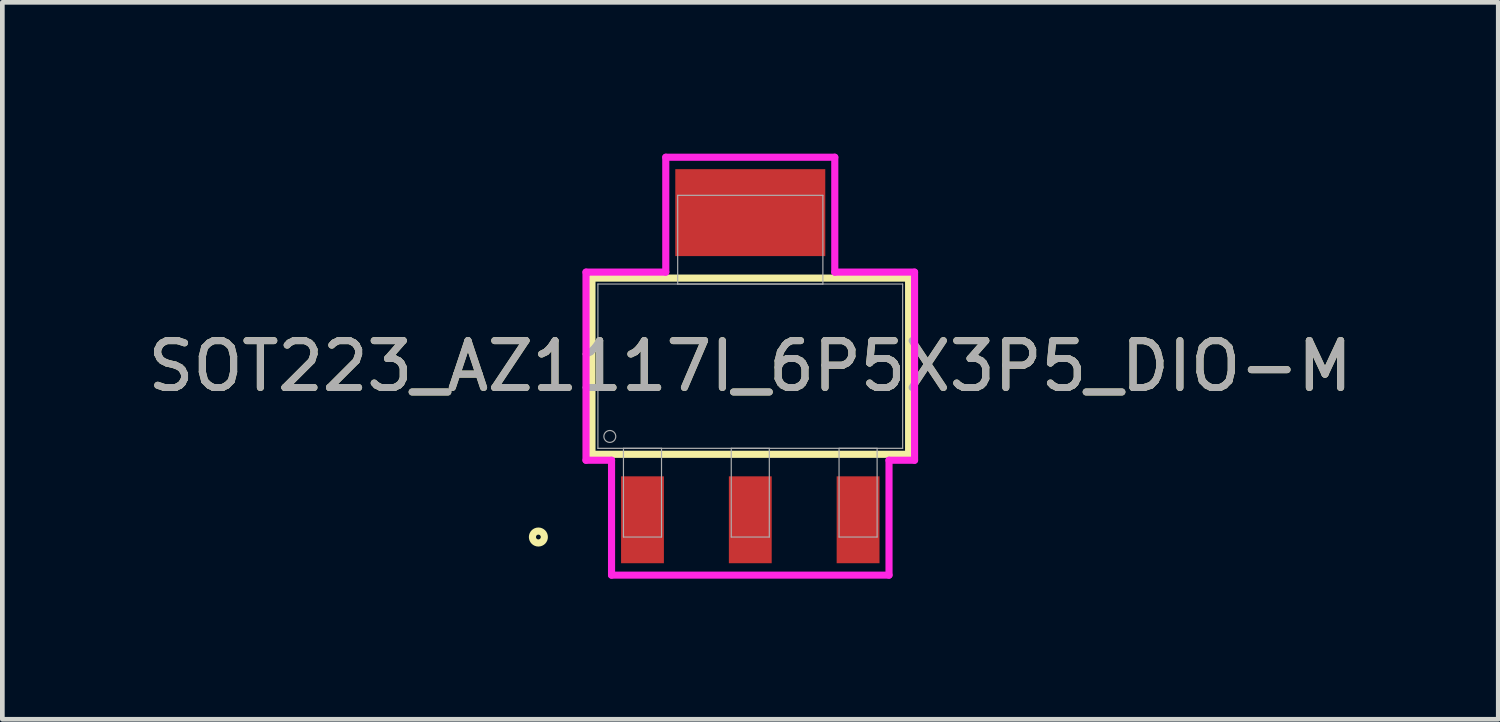
<source format=kicad_pcb>
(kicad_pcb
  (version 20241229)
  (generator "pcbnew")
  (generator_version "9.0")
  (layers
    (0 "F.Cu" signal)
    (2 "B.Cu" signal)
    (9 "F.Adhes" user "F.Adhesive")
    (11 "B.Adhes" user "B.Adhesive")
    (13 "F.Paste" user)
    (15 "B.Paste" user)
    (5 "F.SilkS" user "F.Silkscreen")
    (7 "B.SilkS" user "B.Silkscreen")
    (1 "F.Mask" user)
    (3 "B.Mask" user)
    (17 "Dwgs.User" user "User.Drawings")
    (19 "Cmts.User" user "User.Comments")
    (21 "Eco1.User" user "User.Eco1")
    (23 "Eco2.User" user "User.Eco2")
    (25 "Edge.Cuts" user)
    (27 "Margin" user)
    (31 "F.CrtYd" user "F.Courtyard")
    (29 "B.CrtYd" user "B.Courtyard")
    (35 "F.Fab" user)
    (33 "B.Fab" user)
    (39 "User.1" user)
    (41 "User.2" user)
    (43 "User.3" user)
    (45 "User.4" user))
  (footprint "SOT223_AZ1117I_6P5X3P5_DIO-M"
    (layer "F.Cu")
    (at 12.958 4.763)
    (property "Reference" "SOT223_AZ1117I_6P5X3P5_DIO-M" (at 0 0 0) (unlocked yes) (layer "F.SilkS") (effects (font (size 1 1) (thickness 0.15))))
    (attr smd)
    (fp_poly (pts (xy 1.6 -4.204) (xy -1.6 -4.204) (xy -1.6 -2.349) (xy 1.6 -2.349)) (stroke (width 0) (type solid)) (fill yes) (layer "F.Cu"))
    (fp_poly (pts (xy 1.651 -4.763) (xy -1.651 -4.763) (xy -1.651 -1.892) (xy 1.651 -1.892)) (stroke (width 0) (type solid)) (fill yes) (layer "F.Mask"))
    (fp_line (start -3.378 -1.88) (end -3.378 1.88) (stroke (width 0.152) (type solid)) (layer "F.SilkS"))
    (fp_line (start -3.378 1.88) (end 3.378 1.88) (stroke (width 0.152) (type solid)) (layer "F.SilkS"))
    (fp_line (start 3.378 -1.88) (end -3.378 -1.88) (stroke (width 0.152) (type solid)) (layer "F.SilkS"))
    (fp_line (start 3.378 1.88) (end 3.378 -1.88) (stroke (width 0.152) (type solid)) (layer "F.SilkS"))
    (fp_circle (center -4.521 3.645) (end -4.394 3.645) (stroke (width 0.152) (type solid)) (fill no) (layer "F.SilkS"))
    (fp_poly (pts (xy 1.6 -4.204) (xy -1.6 -4.204) (xy -1.6 -2.349) (xy 1.6 -2.349)) (stroke (width 0) (type solid)) (fill yes) (layer "F.Paste"))
    (fp_line (start -3.505 -2.007) (end -1.803 -2.007) (stroke (width 0.152) (type solid)) (layer "F.CrtYd"))
    (fp_line (start -3.505 2.007) (end -3.505 -2.007) (stroke (width 0.152) (type solid)) (layer "F.CrtYd"))
    (fp_line (start -2.96 2.007) (end -3.505 2.007) (stroke (width 0.152) (type solid)) (layer "F.CrtYd"))
    (fp_line (start -2.96 4.458) (end -2.96 2.007) (stroke (width 0.152) (type solid)) (layer "F.CrtYd"))
    (fp_line (start -1.803 -4.458) (end 1.803 -4.458) (stroke (width 0.152) (type solid)) (layer "F.CrtYd"))
    (fp_line (start -1.803 -2.007) (end -1.803 -4.458) (stroke (width 0.152) (type solid)) (layer "F.CrtYd"))
    (fp_line (start 1.803 -4.458) (end 1.803 -2.007) (stroke (width 0.152) (type solid)) (layer "F.CrtYd"))
    (fp_line (start 1.803 -2.007) (end 3.505 -2.007) (stroke (width 0.152) (type solid)) (layer "F.CrtYd"))
    (fp_line (start 2.96 2.007) (end 2.96 4.458) (stroke (width 0.152) (type solid)) (layer "F.CrtYd"))
    (fp_line (start 2.96 4.458) (end -2.96 4.458) (stroke (width 0.152) (type solid)) (layer "F.CrtYd"))
    (fp_line (start 3.505 -2.007) (end 3.505 2.007) (stroke (width 0.152) (type solid)) (layer "F.CrtYd"))
    (fp_line (start 3.505 2.007) (end 2.96 2.007) (stroke (width 0.152) (type solid)) (layer "F.CrtYd"))
    (fp_line (start -3.251 -1.753) (end -3.251 1.753) (stroke (width 0.025) (type solid)) (layer "F.Fab"))
    (fp_line (start -3.251 1.753) (end 3.251 1.753) (stroke (width 0.025) (type solid)) (layer "F.Fab"))
    (fp_line (start -2.706 1.753) (end -2.706 3.645) (stroke (width 0.025) (type solid)) (layer "F.Fab"))
    (fp_line (start -2.706 3.645) (end -1.894 3.645) (stroke (width 0.025) (type solid)) (layer "F.Fab"))
    (fp_line (start -1.894 1.753) (end -2.706 1.753) (stroke (width 0.025) (type solid)) (layer "F.Fab"))
    (fp_line (start -1.894 3.645) (end -1.894 1.753) (stroke (width 0.025) (type solid)) (layer "F.Fab"))
    (fp_line (start -1.549 -3.645) (end -1.549 -1.753) (stroke (width 0.025) (type solid)) (layer "F.Fab"))
    (fp_line (start -1.549 -1.753) (end 1.549 -1.753) (stroke (width 0.025) (type solid)) (layer "F.Fab"))
    (fp_line (start -0.406 1.753) (end -0.406 3.645) (stroke (width 0.025) (type solid)) (layer "F.Fab"))
    (fp_line (start -0.406 3.645) (end 0.406 3.645) (stroke (width 0.025) (type solid)) (layer "F.Fab"))
    (fp_line (start 0.406 1.753) (end -0.406 1.753) (stroke (width 0.025) (type solid)) (layer "F.Fab"))
    (fp_line (start 0.406 3.645) (end 0.406 1.753) (stroke (width 0.025) (type solid)) (layer "F.Fab"))
    (fp_line (start 1.549 -3.645) (end -1.549 -3.645) (stroke (width 0.025) (type solid)) (layer "F.Fab"))
    (fp_line (start 1.549 -1.753) (end 1.549 -3.645) (stroke (width 0.025) (type solid)) (layer "F.Fab"))
    (fp_line (start 1.894 1.753) (end 1.894 3.645) (stroke (width 0.025) (type solid)) (layer "F.Fab"))
    (fp_line (start 1.894 3.645) (end 2.706 3.645) (stroke (width 0.025) (type solid)) (layer "F.Fab"))
    (fp_line (start 2.706 1.753) (end 1.894 1.753) (stroke (width 0.025) (type solid)) (layer "F.Fab"))
    (fp_line (start 2.706 3.645) (end 2.706 1.753) (stroke (width 0.025) (type solid)) (layer "F.Fab"))
    (fp_line (start 3.251 -1.753) (end -3.251 -1.753) (stroke (width 0.025) (type solid)) (layer "F.Fab"))
    (fp_line (start 3.251 1.753) (end 3.251 -1.753) (stroke (width 0.025) (type solid)) (layer "F.Fab"))
    (fp_circle (center -2.997 1.499) (end -2.87 1.499) (stroke (width 0.025) (type solid)) (fill no) (layer "F.Fab"))
    (fp_text user "${REFERENCE}" (at 0 0 0) (unlocked yes) (layer "F.Fab") (effects (font (size 1 1) (thickness 0.15))))
    (pad "1" smd rect (at -2.3 3.277) (size 0.914 1.854) (layers "F.Cu" "F.Mask" "F.Paste"))
    (pad "2" smd rect (at 0 3.277) (size 0.914 1.854) (layers "F.Cu" "F.Mask" "F.Paste"))
    (pad "3" smd rect (at 2.3 3.277) (size 0.914 1.854) (layers "F.Cu" "F.Mask" "F.Paste")))
  (gr_rect
    (start -3 -3)
    (end 28.917 12.296)
    (stroke (width 0.1) (type default))
    (fill no)
    (layer "Edge.Cuts")))
</source>
